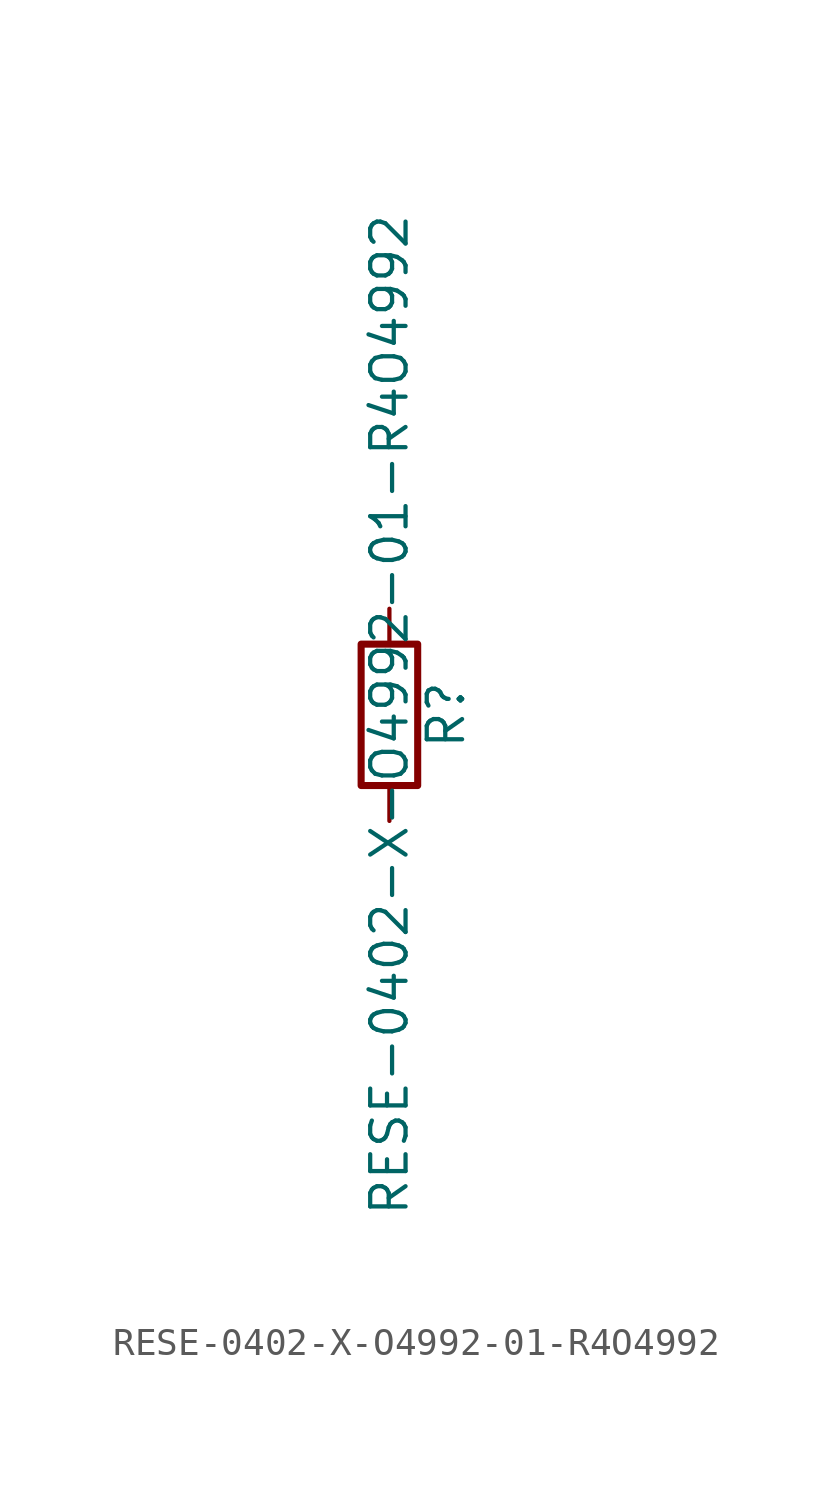
<source format=kicad_sym>
(kicad_symbol_lib
  (version 20211014)
  (generator kicad_symbol_editor)
  (symbol "RESE-0402-X-O4992-01-R4O4992"
    (pin_numbers hide)
    (pin_names
      (offset 0))
    (property "Reference" "R"
      (at 2.032 0 90)
      (effects (font (size 1.27 1.27))))
    (property "Value" "RESE-0402-X-O4992-01-R4O4992"
      (at 0 0 90)
      (effects (font (size 1.27 1.27))))
    (symbol "RESE-0402-X-O4992-01-R4O4992_0_1"
      (rectangle (start -1.016 -2.54) (end 1.016 2.54) (stroke (width 0.254) (type default) (color 0 0 0 0)) (fill (type none))))
    (symbol "RESE-0402-X-O4992-01-R4O4992_1_1"
      (pin passive line (at 0 3.81 270) (length 1.27) (name "~" (effects (font (size 1.27 1.27)))) (number "1" (effects (font (size 1.27 1.27)))))
      (pin passive line (at 0 -3.81 90) (length 1.27) (name "~" (effects (font (size 1.27 1.27)))) (number "2" (effects (font (size 1.27 1.27))))))))
</source>
